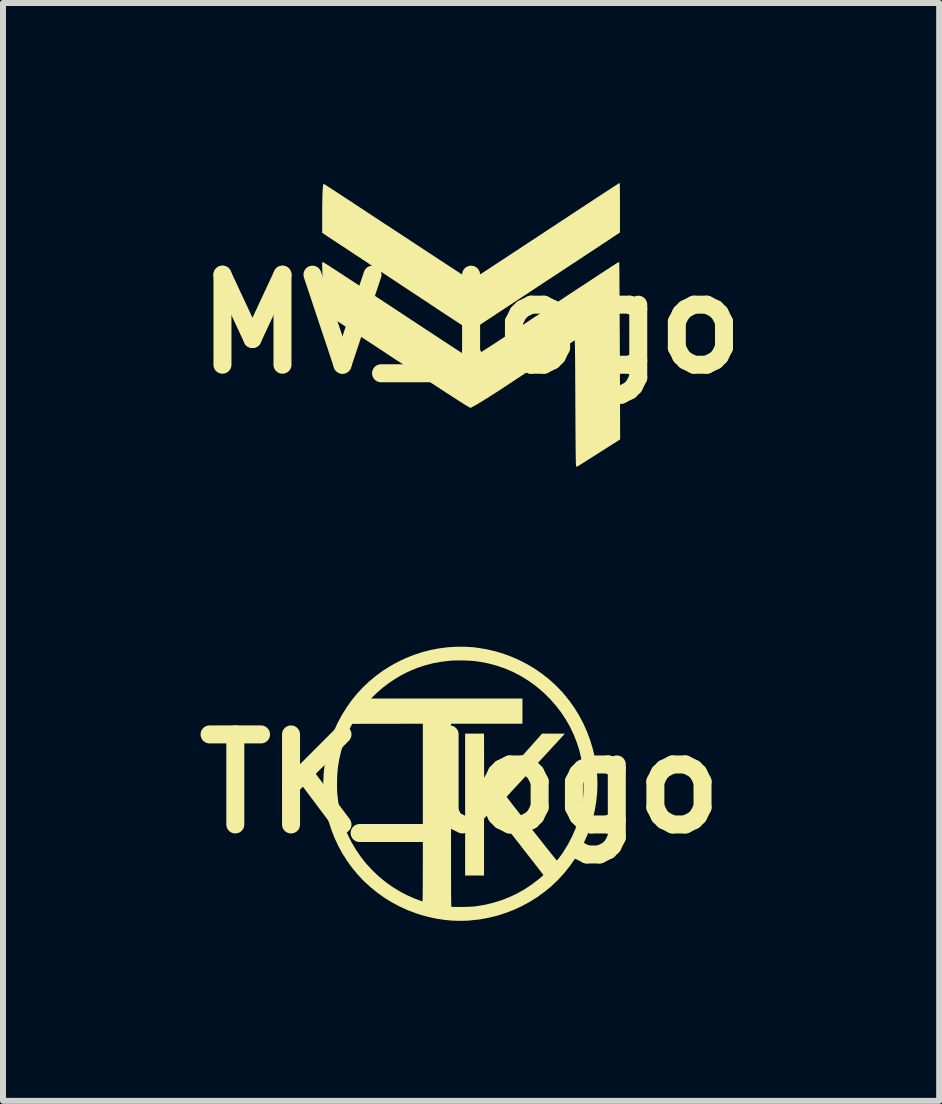
<source format=kicad_pcb>
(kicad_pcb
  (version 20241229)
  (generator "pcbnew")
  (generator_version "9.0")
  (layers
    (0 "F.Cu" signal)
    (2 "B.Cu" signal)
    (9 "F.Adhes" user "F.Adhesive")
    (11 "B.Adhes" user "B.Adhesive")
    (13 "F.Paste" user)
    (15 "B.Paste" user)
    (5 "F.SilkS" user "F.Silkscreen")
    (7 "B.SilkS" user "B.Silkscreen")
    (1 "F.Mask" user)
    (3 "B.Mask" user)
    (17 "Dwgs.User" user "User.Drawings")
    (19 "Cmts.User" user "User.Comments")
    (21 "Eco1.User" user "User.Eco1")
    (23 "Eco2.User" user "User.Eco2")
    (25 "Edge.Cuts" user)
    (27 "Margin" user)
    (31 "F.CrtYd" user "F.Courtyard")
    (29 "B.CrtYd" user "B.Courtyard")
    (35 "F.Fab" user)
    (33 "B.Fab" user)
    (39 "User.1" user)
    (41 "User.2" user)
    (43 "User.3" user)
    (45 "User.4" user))
  (footprint "TK_logo"
    (layer "F.Cu")
    (at 4.621 10.01)
    (property "Reference" "TK_logo" (at 0 0 0) (layer "F.SilkS") (effects (font (size 1.5 1.5) (thickness 0.3))))
    (attr board_only exclude_from_pos_files exclude_from_bom)
    (fp_poly (pts (xy 0.076 -2.283) (xy 0.222 -2.274) (xy 0.278 -2.267) (xy 0.426 -2.243) (xy 0.572 -2.21) (xy 0.715 -2.168) (xy 0.854 -2.116) (xy 0.99 -2.056) (xy 1.121 -1.988) (xy 1.248 -1.912) (xy 1.369 -1.827) (xy 1.485 -1.735) (xy 1.594 -1.635) (xy 1.697 -1.529) (xy 1.726 -1.495) (xy 1.82 -1.379) (xy 1.906 -1.257) (xy 1.983 -1.13) (xy 2.053 -0.998) (xy 2.113 -0.862) (xy 2.165 -0.722) (xy 2.208 -0.579) (xy 2.242 -0.433) (xy 2.266 -0.285) (xy 2.28 -0.142) (xy 2.285 0.003) (xy 2.28 0.149) (xy 2.265 0.295) (xy 2.241 0.439) (xy 2.208 0.582) (xy 2.165 0.722) (xy 2.114 0.86) (xy 2.054 0.995) (xy 1.985 1.126) (xy 1.908 1.252) (xy 1.823 1.374) (xy 1.73 1.49) (xy 1.718 1.504) (xy 1.618 1.612) (xy 1.512 1.712) (xy 1.398 1.805) (xy 1.279 1.891) (xy 1.155 1.969) (xy 1.025 2.039) (xy 0.892 2.101) (xy 0.754 2.154) (xy 0.613 2.199) (xy 0.469 2.234) (xy 0.323 2.261) (xy 0.175 2.277) (xy 0.142 2.28) (xy 0.083 2.283) (xy 0.019 2.284) (xy -0.048 2.284) (xy -0.112 2.282) (xy -0.152 2.28) (xy -0.275 2.267) (xy -0.4 2.248) (xy -0.526 2.221) (xy -0.65 2.188) (xy -0.729 2.163) (xy -0.872 2.109) (xy -1.009 2.047) (xy -1.142 1.976) (xy -1.268 1.898) (xy -1.388 1.812) (xy -1.502 1.719) (xy -1.61 1.62) (xy -1.711 1.513) (xy -1.804 1.4) (xy -1.89 1.281) (xy -1.969 1.156) (xy -2.04 1.025) (xy -2.102 0.889) (xy -2.156 0.748) (xy -2.202 0.603) (xy -2.212 0.565) (xy -2.245 0.42) (xy -2.267 0.274) (xy -2.281 0.128) (xy -2.283 0.027) (xy -2.055 0.027) (xy -2.054 0.079) (xy -2.053 0.126) (xy -2.051 0.165) (xy -2.05 0.168) (xy -2.034 0.312) (xy -2.008 0.453) (xy -1.972 0.59) (xy -1.928 0.724) (xy -1.874 0.853) (xy -1.811 0.979) (xy -1.738 1.102) (xy -1.657 1.22) (xy -1.578 1.32) (xy -1.554 1.348) (xy -1.524 1.38) (xy -1.491 1.415) (xy -1.455 1.452) (xy -1.42 1.487) (xy -1.386 1.519) (xy -1.357 1.546) (xy -1.355 1.547) (xy -1.245 1.638) (xy -1.131 1.719) (xy -1.013 1.792) (xy -0.889 1.857) (xy -0.76 1.914) (xy -0.69 1.94) (xy -0.668 1.948) (xy -0.65 1.954) (xy -0.637 1.959) (xy -0.631 1.96) (xy -0.631 1.958) (xy -0.63 1.953) (xy -0.629 1.943) (xy -0.629 1.93) (xy -0.629 1.911) (xy -0.628 1.888) (xy -0.628 1.86) (xy -0.627 1.827) (xy -0.627 1.788) (xy -0.627 1.742) (xy -0.626 1.691) (xy -0.626 1.633) (xy -0.626 1.568) (xy -0.626 1.496) (xy -0.626 1.417) (xy -0.625 1.33) (xy -0.625 1.234) (xy -0.625 1.131) (xy -0.625 1.019) (xy -0.625 0.898) (xy -0.625 0.768) (xy -0.625 0.629) (xy -0.625 0.48) (xy -0.625 0.48) (xy -0.625 -1) (xy -1.214 -0.999) (xy -1.802 -0.998) (xy -1.844 -0.915) (xy -1.899 -0.795) (xy -1.946 -0.672) (xy -1.985 -0.547) (xy -2.016 -0.417) (xy -2.039 -0.281) (xy -2.04 -0.27) (xy -2.044 -0.233) (xy -2.048 -0.188) (xy -2.051 -0.137) (xy -2.053 -0.083) (xy -2.054 -0.027) (xy -2.055 0.027) (xy -2.283 0.027) (xy -2.284 -0.018) (xy -2.278 -0.165) (xy -2.263 -0.31) (xy -2.238 -0.454) (xy -2.204 -0.597) (xy -2.16 -0.737) (xy -2.108 -0.875) (xy -2.047 -1.01) (xy -1.976 -1.142) (xy -1.897 -1.269) (xy -1.816 -1.384) (xy -1.787 -1.42) (xy -1.487 -1.42) (xy -0.226 -1.42) (xy 1.035 -1.42) (xy 1.035 -1.21) (xy 1.035 -1) (xy 0.44 -1) (xy -0.155 -1) (xy -0.155 0.525) (xy -0.155 0.671) (xy -0.155 0.808) (xy -0.155 0.935) (xy -0.155 1.054) (xy -0.155 1.164) (xy -0.155 1.265) (xy -0.155 1.359) (xy -0.155 1.444) (xy -0.155 1.523) (xy -0.155 1.594) (xy -0.154 1.659) (xy -0.154 1.717) (xy -0.154 1.769) (xy -0.154 1.816) (xy -0.154 1.857) (xy -0.153 1.893) (xy -0.153 1.924) (xy -0.153 1.951) (xy -0.152 1.974) (xy -0.152 1.993) (xy -0.151 2.009) (xy -0.151 2.022) (xy -0.15 2.032) (xy -0.15 2.039) (xy -0.149 2.044) (xy -0.148 2.048) (xy -0.148 2.05) (xy -0.147 2.052) (xy -0.146 2.052) (xy -0.139 2.052) (xy -0.124 2.053) (xy -0.1 2.053) (xy -0.071 2.053) (xy -0.036 2.053) (xy 0.002 2.053) (xy 0.028 2.053) (xy 0.079 2.052) (xy 0.121 2.051) (xy 0.157 2.05) (xy 0.188 2.048) (xy 0.216 2.046) (xy 0.241 2.044) (xy 0.267 2.041) (xy 0.27 2.04) (xy 0.414 2.016) (xy 0.554 1.982) (xy 0.689 1.94) (xy 0.821 1.888) (xy 0.948 1.828) (xy 1.07 1.759) (xy 1.188 1.68) (xy 1.301 1.594) (xy 1.34 1.561) (xy 1.357 1.546) (xy 1.371 1.533) (xy 1.381 1.524) (xy 1.384 1.521) (xy 1.381 1.516) (xy 1.372 1.505) (xy 1.358 1.487) (xy 1.339 1.462) (xy 1.316 1.432) (xy 1.289 1.397) (xy 1.258 1.357) (xy 1.224 1.313) (xy 1.187 1.266) (xy 1.148 1.216) (xy 1.107 1.163) (xy 1.064 1.109) (xy 1.021 1.053) (xy 0.977 0.996) (xy 0.933 0.94) (xy 0.889 0.883) (xy 0.845 0.828) (xy 0.803 0.774) (xy 0.762 0.722) (xy 0.724 0.673) (xy 0.687 0.626) (xy 0.654 0.584) (xy 0.624 0.545) (xy 0.597 0.512) (xy 0.575 0.483) (xy 0.557 0.461) (xy 0.544 0.444) (xy 0.537 0.435) (xy 0.535 0.433) (xy 0.531 0.436) (xy 0.521 0.444) (xy 0.507 0.459) (xy 0.489 0.477) (xy 0.469 0.5) (xy 0.463 0.506) (xy 0.395 0.583) (xy 0.395 1.056) (xy 0.395 1.53) (xy 0.237 1.53) (xy 0.08 1.53) (xy 0.08 0.347) (xy 0.08 -0.835) (xy 0.237 -0.835) (xy 0.395 -0.835) (xy 0.396 -0.293) (xy 0.398 0.248) (xy 0.88 -0.293) (xy 1.362 -0.835) (xy 1.551 -0.835) (xy 1.593 -0.835) (xy 1.632 -0.835) (xy 1.667 -0.834) (xy 1.696 -0.834) (xy 1.719 -0.834) (xy 1.734 -0.833) (xy 1.74 -0.832) (xy 1.74 -0.832) (xy 1.737 -0.828) (xy 1.727 -0.818) (xy 1.711 -0.8) (xy 1.69 -0.777) (xy 1.663 -0.748) (xy 1.631 -0.713) (xy 1.595 -0.674) (xy 1.555 -0.631) (xy 1.511 -0.583) (xy 1.464 -0.532) (xy 1.413 -0.477) (xy 1.36 -0.42) (xy 1.305 -0.361) (xy 1.257 -0.309) (xy 1.2 -0.247) (xy 1.145 -0.188) (xy 1.093 -0.131) (xy 1.043 -0.077) (xy 0.996 -0.026) (xy 0.952 0.021) (xy 0.912 0.064) (xy 0.876 0.103) (xy 0.845 0.137) (xy 0.819 0.166) (xy 0.798 0.188) (xy 0.783 0.205) (xy 0.774 0.215) (xy 0.772 0.218) (xy 0.774 0.223) (xy 0.783 0.234) (xy 0.797 0.253) (xy 0.816 0.277) (xy 0.839 0.308) (xy 0.866 0.343) (xy 0.897 0.383) (xy 0.932 0.426) (xy 0.968 0.473) (xy 1.008 0.523) (xy 1.049 0.576) (xy 1.091 0.63) (xy 1.134 0.685) (xy 1.178 0.741) (xy 1.222 0.797) (xy 1.266 0.852) (xy 1.309 0.906) (xy 1.351 0.959) (xy 1.391 1.01) (xy 1.429 1.058) (xy 1.465 1.102) (xy 1.497 1.143) (xy 1.527 1.18) (xy 1.552 1.211) (xy 1.573 1.238) (xy 1.59 1.258) (xy 1.601 1.271) (xy 1.607 1.278) (xy 1.607 1.278) (xy 1.612 1.275) (xy 1.622 1.265) (xy 1.635 1.248) (xy 1.652 1.226) (xy 1.671 1.201) (xy 1.691 1.172) (xy 1.712 1.142) (xy 1.723 1.125) (xy 1.795 1.007) (xy 1.859 0.884) (xy 1.915 0.757) (xy 1.962 0.626) (xy 1.999 0.492) (xy 2.022 0.383) (xy 2.03 0.34) (xy 2.036 0.301) (xy 2.041 0.265) (xy 2.045 0.231) (xy 2.048 0.195) (xy 2.05 0.158) (xy 2.051 0.116) (xy 2.052 0.069) (xy 2.052 0.014) (xy 2.052 -0.003) (xy 2.052 -0.065) (xy 2.051 -0.118) (xy 2.05 -0.166) (xy 2.047 -0.209) (xy 2.043 -0.25) (xy 2.038 -0.29) (xy 2.032 -0.331) (xy 2.024 -0.376) (xy 2.015 -0.421) (xy 1.982 -0.558) (xy 1.939 -0.692) (xy 1.887 -0.823) (xy 1.827 -0.949) (xy 1.757 -1.071) (xy 1.679 -1.189) (xy 1.593 -1.301) (xy 1.498 -1.409) (xy 1.395 -1.511) (xy 1.355 -1.547) (xy 1.244 -1.639) (xy 1.128 -1.721) (xy 1.008 -1.795) (xy 0.884 -1.86) (xy 0.755 -1.916) (xy 0.621 -1.963) (xy 0.484 -2.001) (xy 0.342 -2.029) (xy 0.27 -2.04) (xy 0.233 -2.044) (xy 0.188 -2.048) (xy 0.137 -2.051) (xy 0.083 -2.053) (xy 0.027 -2.054) (xy -0.027 -2.055) (xy -0.079 -2.054) (xy -0.126 -2.053) (xy -0.165 -2.051) (xy -0.168 -2.05) (xy -0.308 -2.034) (xy -0.444 -2.01) (xy -0.577 -1.976) (xy -0.707 -1.934) (xy -0.836 -1.882) (xy -0.894 -1.855) (xy -0.995 -1.802) (xy -1.095 -1.742) (xy -1.194 -1.675) (xy -1.289 -1.603) (xy -1.377 -1.528) (xy -1.445 -1.463) (xy -1.487 -1.42) (xy -1.787 -1.42) (xy -1.724 -1.498) (xy -1.625 -1.605) (xy -1.52 -1.704) (xy -1.408 -1.797) (xy -1.291 -1.883) (xy -1.169 -1.96) (xy -1.043 -2.03) (xy -0.912 -2.092) (xy -0.777 -2.146) (xy -0.64 -2.191) (xy -0.5 -2.228) (xy -0.358 -2.255) (xy -0.214 -2.274) (xy -0.069 -2.283)) (stroke (width 0) (type solid)) (fill yes) (layer "F.SilkS")))
  (footprint "MV_logo"
    (layer "F.Cu")
    (at 4.8 2.349)
    (property "Reference" "MV_logo" (at 0 0 0) (layer "F.SilkS") (effects (font (size 1.5 1.5) (thickness 0.3))))
    (attr board_only exclude_from_pos_files exclude_from_bom)
    (fp_poly (pts (xy 2.477 -2.339) (xy 2.478 -2.312) (xy 2.479 -2.27) (xy 2.48 -2.213) (xy 2.48 -2.146) (xy 2.481 -2.069) (xy 2.481 -1.984) (xy 2.481 -1.937) (xy 2.481 -1.525) (xy 2.084 -1.262) (xy 2.005 -1.21) (xy 1.912 -1.149) (xy 1.808 -1.08) (xy 1.696 -1.006) (xy 1.578 -0.929) (xy 1.458 -0.849) (xy 1.337 -0.77) (xy 1.219 -0.693) (xy 1.107 -0.619) (xy 1.091 -0.608) (xy 0.986 -0.539) (xy 0.879 -0.468) (xy 0.772 -0.398) (xy 0.669 -0.33) (xy 0.57 -0.265) (xy 0.479 -0.205) (xy 0.396 -0.15) (xy 0.325 -0.103) (xy 0.267 -0.065) (xy 0.246 -0.052) (xy 0.184 -0.011) (xy 0.127 0.027) (xy 0.078 0.059) (xy 0.037 0.085) (xy 0.009 0.103) (xy -0.007 0.112) (xy -0.009 0.113) (xy -0.017 0.107) (xy -0.042 0.092) (xy -0.08 0.067) (xy -0.132 0.033) (xy -0.195 -0.009) (xy -0.27 -0.058) (xy -0.355 -0.114) (xy -0.45 -0.176) (xy -0.552 -0.243) (xy -0.661 -0.316) (xy -0.776 -0.392) (xy -0.896 -0.471) (xy -0.937 -0.498) (xy -1.066 -0.583) (xy -1.195 -0.669) (xy -1.323 -0.754) (xy -1.449 -0.837) (xy -1.571 -0.918) (xy -1.687 -0.994) (xy -1.795 -1.066) (xy -1.895 -1.132) (xy -1.985 -1.191) (xy -2.062 -1.242) (xy -2.126 -1.285) (xy -2.17 -1.313) (xy -2.481 -1.519) (xy -2.481 -1.804) (xy -2.481 -1.937) (xy -2.479 -2.05) (xy -2.477 -2.144) (xy -2.474 -2.219) (xy -2.47 -2.276) (xy -2.466 -2.313) (xy -2.46 -2.332) (xy -2.456 -2.335) (xy -2.445 -2.329) (xy -2.42 -2.313) (xy -2.382 -2.288) (xy -2.333 -2.257) (xy -2.274 -2.219) (xy -2.208 -2.176) (xy -2.136 -2.129) (xy -2.097 -2.103) (xy -1.863 -1.949) (xy -1.646 -1.806) (xy -1.444 -1.673) (xy -1.257 -1.551) (xy -1.085 -1.438) (xy -0.928 -1.334) (xy -0.784 -1.24) (xy -0.654 -1.155) (xy -0.538 -1.078) (xy -0.434 -1.01) (xy -0.342 -0.95) (xy -0.263 -0.898) (xy -0.195 -0.854) (xy -0.138 -0.817) (xy -0.092 -0.787) (xy -0.056 -0.765) (xy -0.031 -0.748) (xy -0.015 -0.738) (xy -0.013 -0.737) (xy -0.009 -0.736) (xy -0.003 -0.736) (xy 0.006 -0.74) (xy 0.02 -0.746) (xy 0.039 -0.757) (xy 0.065 -0.772) (xy 0.099 -0.793) (xy 0.142 -0.821) (xy 0.195 -0.855) (xy 0.259 -0.897) (xy 0.336 -0.947) (xy 0.426 -1.007) (xy 0.532 -1.076) (xy 0.569 -1.1) (xy 0.777 -1.237) (xy 0.969 -1.364) (xy 1.146 -1.48) (xy 1.308 -1.587) (xy 1.457 -1.685) (xy 1.592 -1.774) (xy 1.715 -1.855) (xy 1.826 -1.928) (xy 1.925 -1.993) (xy 2.014 -2.051) (xy 2.092 -2.103) (xy 2.161 -2.148) (xy 2.221 -2.187) (xy 2.273 -2.221) (xy 2.317 -2.25) (xy 2.354 -2.274) (xy 2.385 -2.294) (xy 2.41 -2.31) (xy 2.429 -2.322) (xy 2.445 -2.332) (xy 2.456 -2.339) (xy 2.464 -2.344) (xy 2.47 -2.347) (xy 2.473 -2.348) (xy 2.475 -2.349) (xy 2.476 -2.349)) (stroke (width 0) (type solid)) (fill yes) (layer "F.SilkS"))
    (fp_poly (pts (xy -2.47 -1.032) (xy -2.46 -1.027) (xy -2.442 -1.016) (xy -2.413 -0.998) (xy -2.373 -0.973) (xy -2.322 -0.94) (xy -2.26 -0.9) (xy -2.185 -0.851) (xy -2.097 -0.793) (xy -1.995 -0.727) (xy -1.879 -0.651) (xy -1.749 -0.565) (xy -1.604 -0.47) (xy -1.456 -0.373) (xy -1.256 -0.241) (xy -1.071 -0.119) (xy -0.901 -0.007) (xy -0.746 0.095) (xy -0.605 0.187) (xy -0.48 0.27) (xy -0.371 0.341) (xy -0.277 0.403) (xy -0.198 0.454) (xy -0.136 0.495) (xy -0.089 0.525) (xy -0.059 0.545) (xy -0.046 0.553) (xy -0.01 0.575) (xy 0.047 0.544) (xy 0.064 0.534) (xy 0.086 0.52) (xy 0.114 0.503) (xy 0.147 0.482) (xy 0.188 0.456) (xy 0.237 0.424) (xy 0.295 0.387) (xy 0.363 0.343) (xy 0.441 0.292) (xy 0.531 0.233) (xy 0.633 0.166) (xy 0.748 0.09) (xy 0.878 0.005) (xy 1.022 -0.091) (xy 1.123 -0.157) (xy 1.268 -0.252) (xy 1.409 -0.345) (xy 1.545 -0.435) (xy 1.675 -0.521) (xy 1.798 -0.602) (xy 1.914 -0.677) (xy 2.02 -0.747) (xy 2.116 -0.811) (xy 2.202 -0.867) (xy 2.276 -0.915) (xy 2.337 -0.955) (xy 2.384 -0.985) (xy 2.416 -1.006) (xy 2.426 -1.012) (xy 2.449 -1.025) (xy 2.465 -1.032) (xy 2.468 -1.031) (xy 2.469 -1.021) (xy 2.469 -0.992) (xy 2.47 -0.946) (xy 2.471 -0.884) (xy 2.472 -0.806) (xy 2.472 -0.714) (xy 2.473 -0.608) (xy 2.474 -0.491) (xy 2.475 -0.363) (xy 2.475 -0.224) (xy 2.476 -0.077) (xy 2.477 0.078) (xy 2.478 0.24) (xy 2.478 0.407) (xy 2.479 0.448) (xy 2.484 1.923) (xy 2.147 2.137) (xy 2.058 2.194) (xy 1.983 2.241) (xy 1.923 2.279) (xy 1.875 2.31) (xy 1.838 2.333) (xy 1.81 2.35) (xy 1.79 2.363) (xy 1.777 2.371) (xy 1.769 2.375) (xy 1.765 2.378) (xy 1.763 2.378) (xy 1.762 2.378) (xy 1.761 2.378) (xy 1.753 2.371) (xy 1.749 2.366) (xy 1.748 2.355) (xy 1.747 2.325) (xy 1.745 2.278) (xy 1.744 2.216) (xy 1.743 2.139) (xy 1.742 2.049) (xy 1.741 1.947) (xy 1.74 1.835) (xy 1.739 1.714) (xy 1.739 1.584) (xy 1.738 1.448) (xy 1.737 1.311) (xy 1.737 1.17) (xy 1.736 1.035) (xy 1.735 0.906) (xy 1.735 0.786) (xy 1.734 0.675) (xy 1.733 0.575) (xy 1.732 0.487) (xy 1.731 0.412) (xy 1.73 0.352) (xy 1.729 0.308) (xy 1.728 0.281) (xy 1.727 0.272) (xy 1.718 0.278) (xy 1.694 0.293) (xy 1.656 0.318) (xy 1.607 0.351) (xy 1.548 0.39) (xy 1.479 0.436) (xy 1.404 0.487) (xy 1.322 0.541) (xy 1.265 0.58) (xy 1.078 0.704) (xy 0.906 0.819) (xy 0.748 0.923) (xy 0.606 1.017) (xy 0.478 1.101) (xy 0.365 1.174) (xy 0.267 1.236) (xy 0.185 1.287) (xy 0.119 1.328) (xy 0.068 1.357) (xy 0.04 1.372) (xy -0.011 1.399) (xy -0.057 1.372) (xy -0.081 1.358) (xy -0.111 1.339) (xy -0.15 1.315) (xy -0.196 1.286) (xy -0.252 1.25) (xy -0.318 1.207) (xy -0.395 1.158) (xy -0.483 1.1) (xy -0.584 1.034) (xy -0.698 0.96) (xy -0.825 0.876) (xy -0.968 0.782) (xy -1.123 0.68) (xy -1.24 0.604) (xy -1.358 0.526) (xy -1.476 0.448) (xy -1.593 0.371) (xy -1.705 0.298) (xy -1.811 0.228) (xy -1.91 0.163) (xy -1.999 0.105) (xy -2.076 0.054) (xy -2.139 0.012) (xy -2.16 -0.001) (xy -2.471 -0.206) (xy -2.471 -0.427) (xy -2.472 -0.508) (xy -2.473 -0.597) (xy -2.474 -0.688) (xy -2.476 -0.774) (xy -2.478 -0.843) (xy -2.48 -0.91) (xy -2.481 -0.96) (xy -2.481 -0.994) (xy -2.48 -1.016) (xy -2.477 -1.028) (xy -2.473 -1.033)) (stroke (width 0) (type solid)) (fill yes) (layer "F.SilkS")))
  (gr_rect
    (start -3 -3)
    (end 12.6 15.294)
    (stroke (width 0.1) (type default))
    (fill no)
    (layer "Edge.Cuts")))
</source>
